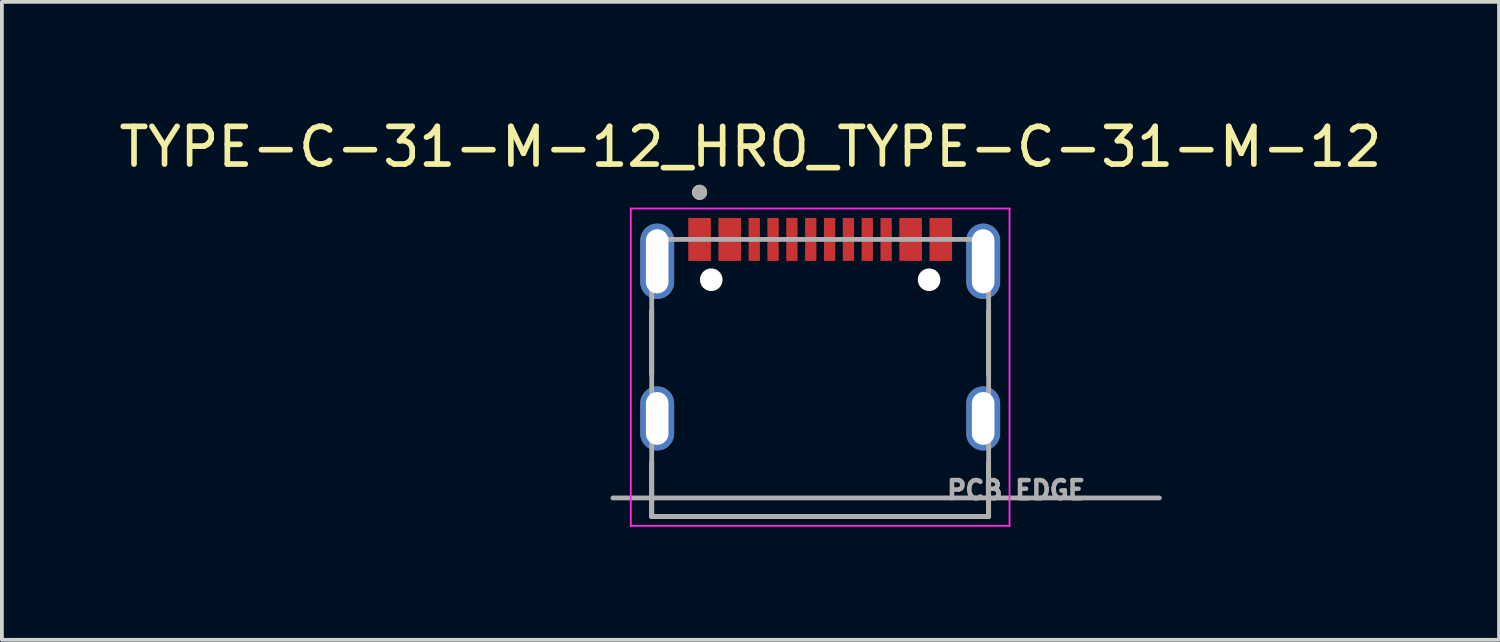
<source format=kicad_pcb>
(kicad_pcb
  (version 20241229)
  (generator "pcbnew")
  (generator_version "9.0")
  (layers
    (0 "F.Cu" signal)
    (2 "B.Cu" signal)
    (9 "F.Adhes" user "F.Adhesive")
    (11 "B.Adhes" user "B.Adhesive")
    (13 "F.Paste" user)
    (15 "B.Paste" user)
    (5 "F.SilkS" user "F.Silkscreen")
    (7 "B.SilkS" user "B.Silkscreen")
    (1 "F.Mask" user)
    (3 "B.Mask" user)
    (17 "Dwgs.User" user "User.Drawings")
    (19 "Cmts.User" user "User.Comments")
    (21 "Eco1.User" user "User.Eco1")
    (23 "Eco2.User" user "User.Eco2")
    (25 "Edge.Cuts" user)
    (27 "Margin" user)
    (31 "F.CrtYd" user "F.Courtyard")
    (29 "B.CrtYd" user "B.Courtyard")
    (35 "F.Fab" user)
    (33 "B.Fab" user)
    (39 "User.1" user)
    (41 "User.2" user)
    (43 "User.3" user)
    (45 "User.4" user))
  (footprint "TYPE-C-31-M-12_HRO_TYPE-C-31-M-12"
    (layer "F.Cu")
    (at 18.713 8.053)
    (property "Reference" "TYPE-C-31-M-12_HRO_TYPE-C-31-M-12" (at -1.85 -7.205 0) (layer "F.SilkS") (effects (font (size 1 1) (thickness 0.15))))
    (attr smd)
    (fp_poly (pts (xy -3.55 -5.37) (xy -2.85 -5.37) (xy -2.85 -4.13) (xy -3.55 -4.13)) (stroke (width 0.01) (type solid)) (fill yes) (layer "F.Mask"))
    (fp_poly (pts (xy -2.75 -5.37) (xy -2.05 -5.37) (xy -2.05 -4.13) (xy -2.75 -4.13)) (stroke (width 0.01) (type solid)) (fill yes) (layer "F.Mask"))
    (fp_poly (pts (xy -1.95 -5.37) (xy -1.55 -5.37) (xy -1.55 -4.13) (xy -1.95 -4.13)) (stroke (width 0.01) (type solid)) (fill yes) (layer "F.Mask"))
    (fp_poly (pts (xy -1.45 -5.37) (xy -1.05 -5.37) (xy -1.05 -4.13) (xy -1.45 -4.13)) (stroke (width 0.01) (type solid)) (fill yes) (layer "F.Mask"))
    (fp_poly (pts (xy -0.95 -5.37) (xy -0.55 -5.37) (xy -0.55 -4.13) (xy -0.95 -4.13)) (stroke (width 0.01) (type solid)) (fill yes) (layer "F.Mask"))
    (fp_poly (pts (xy -0.45 -5.37) (xy -0.05 -5.37) (xy -0.05 -4.13) (xy -0.45 -4.13)) (stroke (width 0.01) (type solid)) (fill yes) (layer "F.Mask"))
    (fp_poly (pts (xy 0.05 -5.37) (xy 0.45 -5.37) (xy 0.45 -4.13) (xy 0.05 -4.13)) (stroke (width 0.01) (type solid)) (fill yes) (layer "F.Mask"))
    (fp_poly (pts (xy 0.55 -5.37) (xy 0.95 -5.37) (xy 0.95 -4.13) (xy 0.55 -4.13)) (stroke (width 0.01) (type solid)) (fill yes) (layer "F.Mask"))
    (fp_poly (pts (xy 1.05 -5.37) (xy 1.45 -5.37) (xy 1.45 -4.13) (xy 1.05 -4.13)) (stroke (width 0.01) (type solid)) (fill yes) (layer "F.Mask"))
    (fp_poly (pts (xy 1.55 -5.37) (xy 1.95 -5.37) (xy 1.95 -4.13) (xy 1.55 -4.13)) (stroke (width 0.01) (type solid)) (fill yes) (layer "F.Mask"))
    (fp_poly (pts (xy 2.05 -5.37) (xy 2.75 -5.37) (xy 2.75 -4.13) (xy 2.05 -4.13)) (stroke (width 0.01) (type solid)) (fill yes) (layer "F.Mask"))
    (fp_poly (pts (xy 2.85 -5.37) (xy 3.55 -5.37) (xy 3.55 -4.13) (xy 2.85 -4.13)) (stroke (width 0.01) (type solid)) (fill yes) (layer "F.Mask"))
    (fp_line (start -4.47 -2.85) (end -4.47 -1.17) (stroke (width 0.127) (type solid)) (layer "F.SilkS"))
    (fp_line (start -4.47 2.6) (end -4.47 1.17) (stroke (width 0.127) (type solid)) (layer "F.SilkS"))
    (fp_line (start -4.47 2.6) (end 4.47 2.6) (stroke (width 0.127) (type solid)) (layer "F.SilkS"))
    (fp_line (start 4.47 -2.85) (end 4.47 -1.17) (stroke (width 0.127) (type solid)) (layer "F.SilkS"))
    (fp_line (start 4.47 2.6) (end 4.47 1.17) (stroke (width 0.127) (type solid)) (layer "F.SilkS"))
    (fp_circle (center -3.2 -6) (end -3.1 -6) (stroke (width 0.2) (type solid)) (fill no) (layer "F.SilkS"))
    (fp_line (start -5.025 -5.57) (end -5.025 2.85) (stroke (width 0.05) (type solid)) (layer "F.CrtYd"))
    (fp_line (start -5.025 2.85) (end 5.025 2.85) (stroke (width 0.05) (type solid)) (layer "F.CrtYd"))
    (fp_line (start 5.025 -5.57) (end -5.025 -5.57) (stroke (width 0.05) (type solid)) (layer "F.CrtYd"))
    (fp_line (start 5.025 2.85) (end 5.025 -5.57) (stroke (width 0.05) (type solid)) (layer "F.CrtYd"))
    (fp_line (start -5.5 2.11) (end 9 2.11) (stroke (width 0.127) (type solid)) (layer "F.Fab"))
    (fp_line (start -4.47 -4.75) (end -4.47 2.6) (stroke (width 0.127) (type solid)) (layer "F.Fab"))
    (fp_line (start -4.47 2.6) (end 4.47 2.6) (stroke (width 0.127) (type solid)) (layer "F.Fab"))
    (fp_line (start 4.47 -4.75) (end -4.47 -4.75) (stroke (width 0.127) (type solid)) (layer "F.Fab"))
    (fp_line (start 4.47 2.6) (end 4.47 -4.75) (stroke (width 0.127) (type solid)) (layer "F.Fab"))
    (fp_circle (center -3.2 -6) (end -3.1 -6) (stroke (width 0.2) (type solid)) (fill no) (layer "F.Fab"))
    (fp_text user "PCB EDGE" (at 5.2 1.9 0) (layer "F.Fab") (effects (font (size 0.48 0.48) (thickness 0.15))))
    (pad "" np_thru_hole circle (at -2.89 -3.68) (size 0.6 0.6) (drill 0.6) (layers "*.Cu" "*.Mask"))
    (pad "" np_thru_hole circle (at 2.89 -3.68) (size 0.6 0.6) (drill 0.6) (layers "*.Cu" "*.Mask"))
    (pad "A1_B12" smd rect (at -3.2 -4.75) (size 0.6 1.14) (layers "F.Cu" "F.Paste"))
    (pad "A4_B9" smd rect (at -2.4 -4.75) (size 0.6 1.14) (layers "F.Cu" "F.Paste"))
    (pad "A5" smd rect (at -1.25 -4.75) (size 0.3 1.14) (layers "F.Cu" "F.Paste"))
    (pad "A6" smd rect (at -0.25 -4.75) (size 0.3 1.14) (layers "F.Cu" "F.Paste"))
    (pad "A7" smd rect (at 0.25 -4.75) (size 0.3 1.14) (layers "F.Cu" "F.Paste"))
    (pad "A8" smd rect (at 1.25 -4.75) (size 0.3 1.14) (layers "F.Cu" "F.Paste"))
    (pad "B1_A12" smd rect (at 3.2 -4.75) (size 0.6 1.14) (layers "F.Cu" "F.Paste"))
    (pad "B4_A9" smd rect (at 2.4 -4.75) (size 0.6 1.14) (layers "F.Cu" "F.Paste"))
    (pad "B5" smd rect (at 1.75 -4.75) (size 0.3 1.14) (layers "F.Cu" "F.Paste"))
    (pad "B6" smd rect (at 0.75 -4.75) (size 0.3 1.14) (layers "F.Cu" "F.Paste"))
    (pad "B7" smd rect (at -0.75 -4.75) (size 0.3 1.14) (layers "F.Cu" "F.Paste"))
    (pad "B8" smd rect (at -1.75 -4.75) (size 0.3 1.14) (layers "F.Cu" "F.Paste"))
    (pad "S1" thru_hole oval (at -4.325 -4.17) (size 0.9 2) (drill oval 0.6 1.7) (layers "*.Cu" "*.Mask"))
    (pad "S2" thru_hole oval (at 4.325 -4.17) (size 0.9 2) (drill oval 0.6 1.7) (layers "*.Cu" "*.Mask"))
    (pad "S3" thru_hole oval (at -4.325 0) (size 0.9 1.7) (drill oval 0.6 1.4) (layers "*.Cu" "*.Mask"))
    (pad "S4" thru_hole oval (at 4.325 0) (size 0.9 1.7) (drill oval 0.6 1.4) (layers "*.Cu" "*.Mask")))
  (gr_rect
    (start -3 -3)
    (end 36.726 13.928)
    (stroke (width 0.1) (type default))
    (fill no)
    (layer "Edge.Cuts")))
</source>
